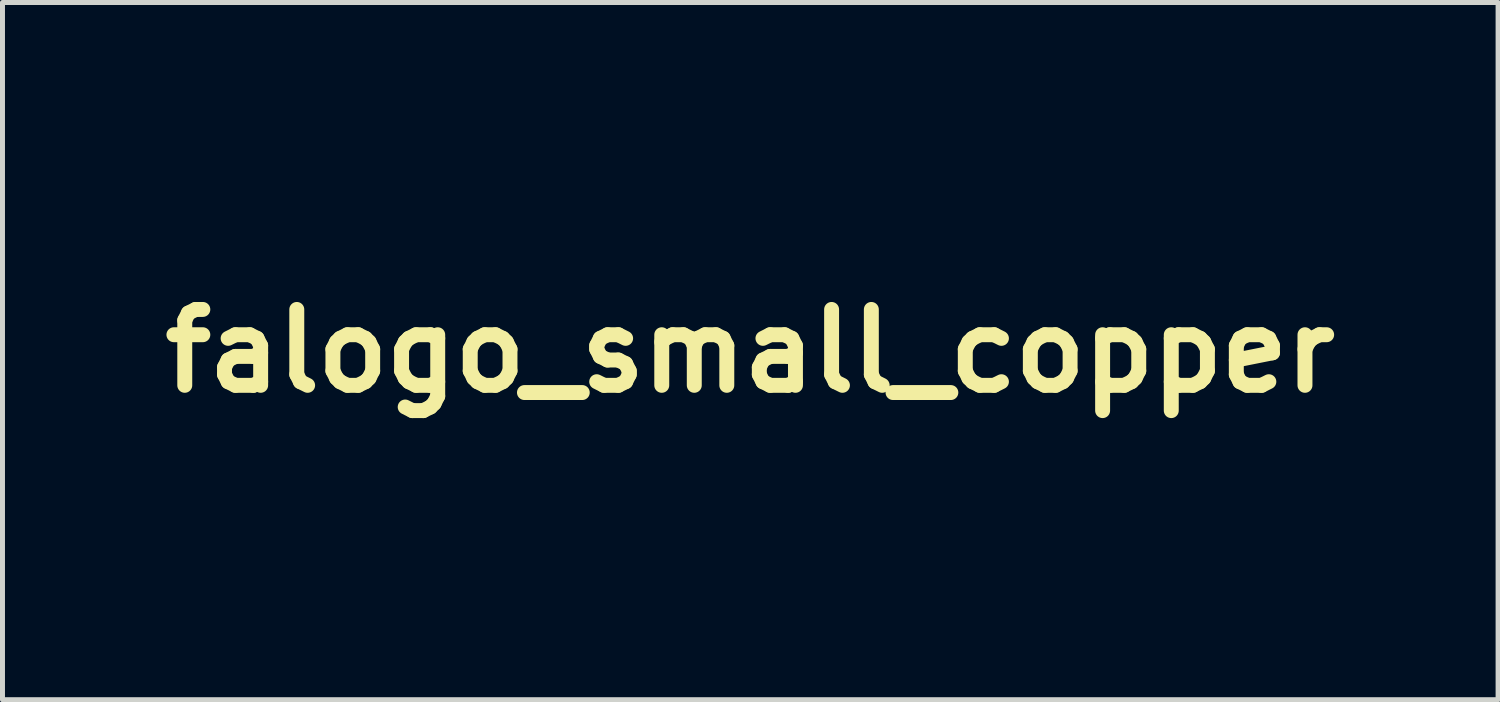
<source format=kicad_pcb>
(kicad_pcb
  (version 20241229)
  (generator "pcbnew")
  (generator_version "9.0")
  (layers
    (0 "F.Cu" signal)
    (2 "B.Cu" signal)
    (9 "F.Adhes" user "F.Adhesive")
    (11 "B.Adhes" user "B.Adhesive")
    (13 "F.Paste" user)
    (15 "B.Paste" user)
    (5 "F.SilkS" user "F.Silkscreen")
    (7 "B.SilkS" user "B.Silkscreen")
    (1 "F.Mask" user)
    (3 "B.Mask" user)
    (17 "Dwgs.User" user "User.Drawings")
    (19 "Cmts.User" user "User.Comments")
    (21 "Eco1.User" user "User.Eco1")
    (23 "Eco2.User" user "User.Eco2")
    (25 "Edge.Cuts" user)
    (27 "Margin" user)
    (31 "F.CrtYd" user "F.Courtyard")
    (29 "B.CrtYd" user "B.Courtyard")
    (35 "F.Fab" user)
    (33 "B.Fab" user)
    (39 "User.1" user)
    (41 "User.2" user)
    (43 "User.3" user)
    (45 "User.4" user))
  (footprint "falogo_small_copper"
    (layer "F.Cu")
    (at 12.018 3.999)
    (property "Reference" "falogo_small_copper" (at 0 0 0) (layer "F.SilkS") (effects (font (size 1.524 1.524) (thickness 0.3))))
    (attr through_hole)
    (fp_poly (pts (xy 0.222 -2.456) (xy 0.259 -2.439) (xy 0.292 -2.409) (xy 0.297 -2.402) (xy 0.302 -2.396) (xy 0.305 -2.388) (xy 0.308 -2.377) (xy 0.31 -2.362) (xy 0.312 -2.341) (xy 0.313 -2.312) (xy 0.313 -2.273) (xy 0.313 -2.222) (xy 0.314 -2.158) (xy 0.314 -2.129) (xy 0.314 -1.877) (xy 0.294 -1.85) (xy 0.271 -1.827) (xy 0.239 -1.808) (xy 0.206 -1.796) (xy 0.19 -1.794) (xy 0.171 -1.798) (xy 0.146 -1.807) (xy 0.135 -1.812) (xy 0.117 -1.821) (xy 0.103 -1.83) (xy 0.091 -1.84) (xy 0.083 -1.853) (xy 0.076 -1.87) (xy 0.072 -1.895) (xy 0.069 -1.927) (xy 0.067 -1.969) (xy 0.066 -2.023) (xy 0.065 -2.091) (xy 0.065 -2.121) (xy 0.063 -2.367) (xy 0.083 -2.401) (xy 0.11 -2.433) (xy 0.144 -2.454) (xy 0.182 -2.461) (xy 0.222 -2.456)) (stroke (width 0.01) (type solid)) (fill yes) (layer "F.Mask"))
    (fp_poly (pts (xy 1.522 -1.361) (xy 1.578 -1.361) (xy 1.621 -1.36) (xy 1.654 -1.359) (xy 1.678 -1.358) (xy 1.695 -1.356) (xy 1.708 -1.353) (xy 1.717 -1.349) (xy 1.72 -1.348) (xy 1.753 -1.321) (xy 1.775 -1.287) (xy 1.784 -1.249) (xy 1.782 -1.209) (xy 1.768 -1.172) (xy 1.742 -1.14) (xy 1.728 -1.128) (xy 1.696 -1.107) (xy 1.473 -1.106) (xy 1.414 -1.106) (xy 1.358 -1.106) (xy 1.309 -1.107) (xy 1.268 -1.108) (xy 1.239 -1.109) (xy 1.222 -1.11) (xy 1.222 -1.11) (xy 1.182 -1.126) (xy 1.15 -1.154) (xy 1.128 -1.19) (xy 1.119 -1.231) (xy 1.119 -1.236) (xy 1.126 -1.272) (xy 1.145 -1.308) (xy 1.171 -1.336) (xy 1.18 -1.342) (xy 1.189 -1.348) (xy 1.198 -1.352) (xy 1.208 -1.355) (xy 1.222 -1.358) (xy 1.242 -1.359) (xy 1.269 -1.36) (xy 1.305 -1.361) (xy 1.352 -1.361) (xy 1.413 -1.361) (xy 1.453 -1.361) (xy 1.522 -1.361)) (stroke (width 0.01) (type solid)) (fill yes) (layer "F.Mask"))
    (fp_poly (pts (xy 1.442 -0.237) (xy 1.47 -0.237) (xy 1.537 -0.236) (xy 1.591 -0.235) (xy 1.632 -0.234) (xy 1.663 -0.233) (xy 1.686 -0.231) (xy 1.702 -0.229) (xy 1.713 -0.226) (xy 1.721 -0.222) (xy 1.728 -0.218) (xy 1.761 -0.186) (xy 1.78 -0.151) (xy 1.784 -0.11) (xy 1.784 -0.105) (xy 1.775 -0.063) (xy 1.755 -0.03) (xy 1.727 -0.004) (xy 1.72 0.000164) (xy 1.712 0.004) (xy 1.701 0.007) (xy 1.685 0.009) (xy 1.663 0.01) (xy 1.632 0.012) (xy 1.591 0.012) (xy 1.537 0.013) (xy 1.47 0.014) (xy 1.462 0.014) (xy 1.389 0.014) (xy 1.33 0.014) (xy 1.284 0.014) (xy 1.249 0.012) (xy 1.223 0.011) (xy 1.206 0.008) (xy 1.195 0.005) (xy 1.194 0.005) (xy 1.16 -0.019) (xy 1.135 -0.052) (xy 1.122 -0.093) (xy 1.122 -0.136) (xy 1.123 -0.139) (xy 1.135 -0.171) (xy 1.159 -0.201) (xy 1.188 -0.223) (xy 1.205 -0.231) (xy 1.224 -0.233) (xy 1.257 -0.235) (xy 1.305 -0.237) (xy 1.367 -0.237) (xy 1.442 -0.237)) (stroke (width 0.01) (type solid)) (fill yes) (layer "F.Mask"))
    (fp_poly (pts (xy 1.522 -0.984) (xy 1.577 -0.984) (xy 1.62 -0.983) (xy 1.653 -0.982) (xy 1.677 -0.981) (xy 1.694 -0.979) (xy 1.707 -0.976) (xy 1.717 -0.972) (xy 1.723 -0.97) (xy 1.754 -0.945) (xy 1.774 -0.912) (xy 1.784 -0.874) (xy 1.782 -0.836) (xy 1.769 -0.799) (xy 1.745 -0.767) (xy 1.72 -0.748) (xy 1.711 -0.744) (xy 1.699 -0.741) (xy 1.682 -0.738) (xy 1.659 -0.736) (xy 1.628 -0.735) (xy 1.586 -0.734) (xy 1.532 -0.733) (xy 1.464 -0.732) (xy 1.393 -0.732) (xy 1.335 -0.732) (xy 1.29 -0.733) (xy 1.256 -0.734) (xy 1.231 -0.736) (xy 1.214 -0.739) (xy 1.204 -0.741) (xy 1.174 -0.755) (xy 1.154 -0.772) (xy 1.137 -0.797) (xy 1.134 -0.803) (xy 1.121 -0.843) (xy 1.123 -0.884) (xy 1.137 -0.921) (xy 1.147 -0.937) (xy 1.156 -0.951) (xy 1.167 -0.962) (xy 1.182 -0.97) (xy 1.202 -0.976) (xy 1.229 -0.98) (xy 1.265 -0.982) (xy 1.311 -0.984) (xy 1.37 -0.984) (xy 1.442 -0.984) (xy 1.453 -0.984) (xy 1.522 -0.984)) (stroke (width 0.01) (type solid)) (fill yes) (layer "F.Mask"))
    (fp_poly (pts (xy -0.557 0.446) (xy -0.516 0.455) (xy -0.482 0.475) (xy -0.457 0.503) (xy -0.452 0.51) (xy -0.449 0.518) (xy -0.446 0.529) (xy -0.443 0.545) (xy -0.442 0.568) (xy -0.441 0.6) (xy -0.44 0.641) (xy -0.439 0.695) (xy -0.438 0.763) (xy -0.438 0.767) (xy -0.438 0.84) (xy -0.438 0.9) (xy -0.438 0.948) (xy -0.44 0.985) (xy -0.443 1.013) (xy -0.448 1.034) (xy -0.455 1.05) (xy -0.464 1.063) (xy -0.476 1.074) (xy -0.49 1.085) (xy -0.522 1.102) (xy -0.561 1.109) (xy -0.599 1.106) (xy -0.615 1.1) (xy -0.649 1.077) (xy -0.675 1.044) (xy -0.682 1.029) (xy -0.685 1.014) (xy -0.687 0.984) (xy -0.689 0.94) (xy -0.69 0.884) (xy -0.69 0.816) (xy -0.691 0.771) (xy -0.691 0.703) (xy -0.69 0.65) (xy -0.69 0.608) (xy -0.689 0.577) (xy -0.688 0.554) (xy -0.686 0.538) (xy -0.683 0.527) (xy -0.679 0.518) (xy -0.674 0.51) (xy -0.673 0.507) (xy -0.642 0.472) (xy -0.608 0.452) (xy -0.567 0.446) (xy -0.557 0.446)) (stroke (width 0.01) (type solid)) (fill yes) (layer "F.Mask"))
    (fp_poly (pts (xy -1.383 -1.365) (xy -1.329 -1.365) (xy -1.287 -1.365) (xy -1.255 -1.364) (xy -1.231 -1.362) (xy -1.214 -1.36) (xy -1.203 -1.358) (xy -1.194 -1.354) (xy -1.186 -1.35) (xy -1.183 -1.347) (xy -1.149 -1.318) (xy -1.129 -1.284) (xy -1.122 -1.249) (xy -1.125 -1.205) (xy -1.143 -1.168) (xy -1.175 -1.138) (xy -1.19 -1.129) (xy -1.201 -1.124) (xy -1.212 -1.12) (xy -1.225 -1.117) (xy -1.242 -1.114) (xy -1.265 -1.113) (xy -1.296 -1.112) (xy -1.337 -1.111) (xy -1.391 -1.111) (xy -1.453 -1.111) (xy -1.519 -1.111) (xy -1.571 -1.112) (xy -1.611 -1.112) (xy -1.642 -1.113) (xy -1.664 -1.115) (xy -1.681 -1.117) (xy -1.694 -1.12) (xy -1.704 -1.124) (xy -1.714 -1.129) (xy -1.75 -1.153) (xy -1.772 -1.181) (xy -1.782 -1.219) (xy -1.784 -1.232) (xy -1.78 -1.276) (xy -1.763 -1.314) (xy -1.734 -1.343) (xy -1.723 -1.351) (xy -1.714 -1.355) (xy -1.703 -1.358) (xy -1.688 -1.361) (xy -1.669 -1.362) (xy -1.641 -1.364) (xy -1.605 -1.365) (xy -1.558 -1.365) (xy -1.498 -1.365) (xy -1.452 -1.365) (xy -1.383 -1.365)) (stroke (width 0.01) (type solid)) (fill yes) (layer "F.Mask"))
    (fp_poly (pts (xy -1.382 -0.615) (xy -1.326 -0.615) (xy -1.283 -0.614) (xy -1.249 -0.614) (xy -1.225 -0.612) (xy -1.208 -0.611) (xy -1.196 -0.608) (xy -1.187 -0.605) (xy -1.18 -0.601) (xy -1.178 -0.599) (xy -1.148 -0.571) (xy -1.13 -0.542) (xy -1.124 -0.506) (xy -1.123 -0.492) (xy -1.127 -0.453) (xy -1.141 -0.422) (xy -1.166 -0.394) (xy -1.178 -0.385) (xy -1.185 -0.381) (xy -1.193 -0.377) (xy -1.204 -0.374) (xy -1.22 -0.372) (xy -1.242 -0.371) (xy -1.273 -0.369) (xy -1.314 -0.369) (xy -1.367 -0.368) (xy -1.434 -0.368) (xy -1.443 -0.367) (xy -1.517 -0.367) (xy -1.58 -0.368) (xy -1.632 -0.369) (xy -1.672 -0.37) (xy -1.697 -0.372) (xy -1.707 -0.374) (xy -1.727 -0.385) (xy -1.745 -0.399) (xy -1.772 -0.434) (xy -1.785 -0.473) (xy -1.784 -0.513) (xy -1.77 -0.552) (xy -1.741 -0.587) (xy -1.728 -0.599) (xy -1.721 -0.603) (xy -1.713 -0.607) (xy -1.703 -0.61) (xy -1.688 -0.612) (xy -1.667 -0.613) (xy -1.637 -0.614) (xy -1.598 -0.615) (xy -1.548 -0.615) (xy -1.484 -0.615) (xy -1.453 -0.615) (xy -1.382 -0.615)) (stroke (width 0.01) (type solid)) (fill yes) (layer "F.Mask"))
    (fp_poly (pts (xy -0.145 0.453) (xy -0.108 0.476) (xy -0.084 0.503) (xy -0.079 0.509) (xy -0.076 0.517) (xy -0.073 0.528) (xy -0.071 0.543) (xy -0.069 0.564) (xy -0.068 0.593) (xy -0.068 0.632) (xy -0.068 0.683) (xy -0.067 0.747) (xy -0.067 0.778) (xy -0.068 0.848) (xy -0.068 0.904) (xy -0.068 0.948) (xy -0.069 0.981) (xy -0.07 1.005) (xy -0.072 1.023) (xy -0.075 1.035) (xy -0.078 1.043) (xy -0.082 1.05) (xy -0.084 1.053) (xy -0.102 1.073) (xy -0.121 1.09) (xy -0.148 1.102) (xy -0.182 1.108) (xy -0.217 1.107) (xy -0.242 1.101) (xy -0.271 1.081) (xy -0.296 1.053) (xy -0.311 1.023) (xy -0.314 1.014) (xy -0.315 0.999) (xy -0.316 0.971) (xy -0.316 0.932) (xy -0.317 0.884) (xy -0.316 0.829) (xy -0.316 0.769) (xy -0.316 0.757) (xy -0.315 0.69) (xy -0.314 0.637) (xy -0.313 0.596) (xy -0.312 0.566) (xy -0.31 0.543) (xy -0.308 0.528) (xy -0.305 0.517) (xy -0.301 0.509) (xy -0.297 0.503) (xy -0.264 0.469) (xy -0.226 0.45) (xy -0.185 0.444) (xy -0.145 0.453)) (stroke (width 0.01) (type solid)) (fill yes) (layer "F.Mask"))
    (fp_poly (pts (xy 0.594 0.451) (xy 0.632 0.467) (xy 0.661 0.496) (xy 0.668 0.508) (xy 0.672 0.517) (xy 0.675 0.528) (xy 0.678 0.542) (xy 0.68 0.562) (xy 0.681 0.589) (xy 0.682 0.625) (xy 0.682 0.673) (xy 0.683 0.733) (xy 0.683 0.779) (xy 0.683 0.847) (xy 0.682 0.902) (xy 0.682 0.944) (xy 0.681 0.976) (xy 0.68 0.999) (xy 0.678 1.016) (xy 0.675 1.028) (xy 0.672 1.037) (xy 0.667 1.045) (xy 0.665 1.048) (xy 0.633 1.083) (xy 0.596 1.104) (xy 0.556 1.11) (xy 0.514 1.1) (xy 0.5 1.094) (xy 0.482 1.084) (xy 0.468 1.074) (xy 0.456 1.063) (xy 0.448 1.048) (xy 0.441 1.027) (xy 0.437 0.999) (xy 0.434 0.963) (xy 0.432 0.916) (xy 0.431 0.856) (xy 0.43 0.786) (xy 0.43 0.719) (xy 0.429 0.665) (xy 0.429 0.624) (xy 0.43 0.593) (xy 0.431 0.57) (xy 0.433 0.553) (xy 0.436 0.54) (xy 0.44 0.529) (xy 0.445 0.519) (xy 0.446 0.516) (xy 0.47 0.481) (xy 0.498 0.459) (xy 0.535 0.448) (xy 0.549 0.447) (xy 0.594 0.451)) (stroke (width 0.01) (type solid)) (fill yes) (layer "F.Mask"))
    (fp_poly (pts (xy -0.149 -2.456) (xy -0.113 -2.44) (xy -0.081 -2.409) (xy -0.076 -2.403) (xy -0.071 -2.395) (xy -0.068 -2.387) (xy -0.065 -2.376) (xy -0.063 -2.36) (xy -0.061 -2.338) (xy -0.06 -2.307) (xy -0.059 -2.266) (xy -0.058 -2.212) (xy -0.057 -2.145) (xy -0.057 -2.141) (xy -0.057 -2.073) (xy -0.056 -2.019) (xy -0.056 -1.976) (xy -0.057 -1.945) (xy -0.058 -1.921) (xy -0.06 -1.903) (xy -0.063 -1.89) (xy -0.066 -1.879) (xy -0.071 -1.869) (xy -0.073 -1.865) (xy -0.099 -1.83) (xy -0.134 -1.807) (xy -0.175 -1.796) (xy -0.219 -1.8) (xy -0.225 -1.802) (xy -0.248 -1.813) (xy -0.268 -1.827) (xy -0.279 -1.838) (xy -0.288 -1.849) (xy -0.295 -1.862) (xy -0.301 -1.877) (xy -0.304 -1.899) (xy -0.307 -1.927) (xy -0.308 -1.964) (xy -0.309 -2.012) (xy -0.31 -2.073) (xy -0.31 -2.128) (xy -0.309 -2.198) (xy -0.309 -2.253) (xy -0.308 -2.297) (xy -0.307 -2.33) (xy -0.305 -2.355) (xy -0.303 -2.372) (xy -0.3 -2.385) (xy -0.297 -2.394) (xy -0.273 -2.427) (xy -0.239 -2.449) (xy -0.194 -2.459) (xy -0.191 -2.459) (xy -0.149 -2.456)) (stroke (width 0.01) (type solid)) (fill yes) (layer "F.Mask"))
    (fp_poly (pts (xy -1.384 -0.992) (xy -1.329 -0.992) (xy -1.287 -0.992) (xy -1.255 -0.991) (xy -1.231 -0.989) (xy -1.215 -0.987) (xy -1.203 -0.985) (xy -1.194 -0.981) (xy -1.186 -0.977) (xy -1.183 -0.974) (xy -1.15 -0.948) (xy -1.132 -0.919) (xy -1.124 -0.883) (xy -1.123 -0.866) (xy -1.125 -0.836) (xy -1.131 -0.814) (xy -1.144 -0.793) (xy -1.145 -0.792) (xy -1.156 -0.778) (xy -1.168 -0.766) (xy -1.181 -0.757) (xy -1.198 -0.75) (xy -1.22 -0.745) (xy -1.249 -0.742) (xy -1.287 -0.74) (xy -1.336 -0.739) (xy -1.398 -0.738) (xy -1.454 -0.738) (xy -1.527 -0.739) (xy -1.585 -0.739) (xy -1.631 -0.741) (xy -1.665 -0.742) (xy -1.689 -0.745) (xy -1.705 -0.747) (xy -1.711 -0.749) (xy -1.745 -0.772) (xy -1.769 -0.804) (xy -1.783 -0.841) (xy -1.785 -0.88) (xy -1.775 -0.918) (xy -1.768 -0.929) (xy -1.748 -0.952) (xy -1.725 -0.973) (xy -1.723 -0.974) (xy -1.715 -0.979) (xy -1.707 -0.983) (xy -1.696 -0.986) (xy -1.682 -0.989) (xy -1.662 -0.99) (xy -1.634 -0.991) (xy -1.597 -0.992) (xy -1.548 -0.992) (xy -1.486 -0.992) (xy -1.453 -0.992) (xy -1.384 -0.992)) (stroke (width 0.01) (type solid)) (fill yes) (layer "F.Mask"))
    (fp_poly (pts (xy -1.334 -0.245) (xy -1.285 -0.244) (xy -1.247 -0.242) (xy -1.218 -0.238) (xy -1.196 -0.232) (xy -1.178 -0.225) (xy -1.165 -0.215) (xy -1.153 -0.202) (xy -1.145 -0.192) (xy -1.131 -0.171) (xy -1.125 -0.15) (xy -1.123 -0.12) (xy -1.123 -0.118) (xy -1.127 -0.079) (xy -1.142 -0.048) (xy -1.168 -0.02) (xy -1.183 -0.01) (xy -1.19 -0.005) (xy -1.199 -0.001) (xy -1.209 0.002) (xy -1.224 0.004) (xy -1.244 0.006) (xy -1.272 0.007) (xy -1.31 0.008) (xy -1.359 0.008) (xy -1.421 0.008) (xy -1.452 0.008) (xy -1.52 0.008) (xy -1.575 0.007) (xy -1.618 0.007) (xy -1.65 0.006) (xy -1.674 0.005) (xy -1.691 0.003) (xy -1.704 -0.000246) (xy -1.713 -0.004) (xy -1.722 -0.008) (xy -1.724 -0.009) (xy -1.756 -0.036) (xy -1.777 -0.071) (xy -1.785 -0.109) (xy -1.781 -0.149) (xy -1.764 -0.187) (xy -1.735 -0.22) (xy -1.727 -0.226) (xy -1.72 -0.23) (xy -1.712 -0.234) (xy -1.701 -0.237) (xy -1.684 -0.239) (xy -1.661 -0.241) (xy -1.629 -0.242) (xy -1.587 -0.243) (xy -1.533 -0.244) (xy -1.47 -0.244) (xy -1.395 -0.245) (xy -1.334 -0.245)) (stroke (width 0.01) (type solid)) (fill yes) (layer "F.Mask"))
    (fp_poly (pts (xy 0.217 0.45) (xy 0.255 0.467) (xy 0.286 0.497) (xy 0.293 0.508) (xy 0.298 0.517) (xy 0.301 0.527) (xy 0.304 0.539) (xy 0.306 0.556) (xy 0.308 0.579) (xy 0.309 0.61) (xy 0.309 0.651) (xy 0.31 0.704) (xy 0.31 0.771) (xy 0.31 0.78) (xy 0.31 0.848) (xy 0.309 0.902) (xy 0.309 0.945) (xy 0.308 0.976) (xy 0.307 1) (xy 0.305 1.016) (xy 0.302 1.028) (xy 0.298 1.037) (xy 0.294 1.045) (xy 0.292 1.048) (xy 0.274 1.07) (xy 0.255 1.088) (xy 0.253 1.09) (xy 0.224 1.103) (xy 0.189 1.109) (xy 0.154 1.107) (xy 0.131 1.099) (xy 0.101 1.08) (xy 0.082 1.058) (xy 0.067 1.029) (xy 0.064 1.017) (xy 0.061 1.002) (xy 0.059 0.982) (xy 0.057 0.956) (xy 0.057 0.92) (xy 0.056 0.874) (xy 0.057 0.816) (xy 0.057 0.76) (xy 0.058 0.693) (xy 0.059 0.639) (xy 0.06 0.598) (xy 0.061 0.567) (xy 0.063 0.544) (xy 0.065 0.529) (xy 0.068 0.518) (xy 0.072 0.509) (xy 0.076 0.503) (xy 0.107 0.471) (xy 0.143 0.452) (xy 0.173 0.446) (xy 0.217 0.45)) (stroke (width 0.01) (type solid)) (fill yes) (layer "F.Mask"))
    (fp_poly (pts (xy 1.519 -0.611) (xy 1.574 -0.611) (xy 1.616 -0.61) (xy 1.648 -0.61) (xy 1.672 -0.608) (xy 1.69 -0.606) (xy 1.702 -0.603) (xy 1.712 -0.6) (xy 1.721 -0.595) (xy 1.722 -0.594) (xy 1.756 -0.567) (xy 1.777 -0.531) (xy 1.785 -0.489) (xy 1.784 -0.475) (xy 1.775 -0.434) (xy 1.755 -0.403) (xy 1.721 -0.379) (xy 1.714 -0.375) (xy 1.704 -0.37) (xy 1.693 -0.366) (xy 1.68 -0.363) (xy 1.663 -0.36) (xy 1.64 -0.359) (xy 1.609 -0.358) (xy 1.568 -0.358) (xy 1.515 -0.357) (xy 1.453 -0.357) (xy 1.386 -0.357) (xy 1.333 -0.358) (xy 1.292 -0.359) (xy 1.26 -0.36) (xy 1.237 -0.362) (xy 1.22 -0.364) (xy 1.207 -0.367) (xy 1.196 -0.371) (xy 1.194 -0.372) (xy 1.157 -0.396) (xy 1.134 -0.428) (xy 1.124 -0.469) (xy 1.123 -0.486) (xy 1.127 -0.525) (xy 1.142 -0.556) (xy 1.169 -0.583) (xy 1.183 -0.593) (xy 1.19 -0.598) (xy 1.199 -0.602) (xy 1.209 -0.605) (xy 1.224 -0.608) (xy 1.244 -0.609) (xy 1.272 -0.61) (xy 1.31 -0.611) (xy 1.36 -0.611) (xy 1.422 -0.611) (xy 1.451 -0.611) (xy 1.519 -0.611)) (stroke (width 0.01) (type solid)) (fill yes) (layer "F.Mask"))
    (fp_poly (pts (xy -0.513 -2.453) (xy -0.478 -2.432) (xy -0.45 -2.396) (xy -0.446 -2.389) (xy -0.441 -2.378) (xy -0.437 -2.368) (xy -0.434 -2.356) (xy -0.432 -2.34) (xy -0.43 -2.319) (xy -0.43 -2.29) (xy -0.429 -2.251) (xy -0.43 -2.201) (xy -0.43 -2.137) (xy -0.43 -2.119) (xy -0.431 -2.052) (xy -0.432 -1.999) (xy -0.433 -1.958) (xy -0.434 -1.927) (xy -0.436 -1.904) (xy -0.438 -1.888) (xy -0.441 -1.876) (xy -0.445 -1.866) (xy -0.45 -1.857) (xy -0.451 -1.856) (xy -0.472 -1.832) (xy -0.502 -1.811) (xy -0.533 -1.798) (xy -0.556 -1.795) (xy -0.579 -1.797) (xy -0.598 -1.802) (xy -0.621 -1.813) (xy -0.641 -1.827) (xy -0.652 -1.838) (xy -0.661 -1.849) (xy -0.668 -1.861) (xy -0.674 -1.877) (xy -0.677 -1.898) (xy -0.68 -1.926) (xy -0.681 -1.962) (xy -0.682 -2.01) (xy -0.683 -2.069) (xy -0.683 -2.134) (xy -0.683 -2.202) (xy -0.682 -2.257) (xy -0.682 -2.3) (xy -0.681 -2.332) (xy -0.68 -2.356) (xy -0.678 -2.373) (xy -0.675 -2.385) (xy -0.672 -2.394) (xy -0.667 -2.401) (xy -0.665 -2.405) (xy -0.635 -2.436) (xy -0.595 -2.455) (xy -0.555 -2.461) (xy -0.513 -2.453)) (stroke (width 0.01) (type solid)) (fill yes) (layer "F.Mask"))
    (fp_poly (pts (xy 0.604 -2.456) (xy 0.639 -2.438) (xy 0.668 -2.408) (xy 0.673 -2.4) (xy 0.678 -2.391) (xy 0.682 -2.382) (xy 0.685 -2.371) (xy 0.687 -2.356) (xy 0.688 -2.336) (xy 0.689 -2.308) (xy 0.689 -2.271) (xy 0.689 -2.222) (xy 0.689 -2.161) (xy 0.689 -2.122) (xy 0.688 -2.052) (xy 0.687 -1.997) (xy 0.687 -1.954) (xy 0.685 -1.922) (xy 0.684 -1.898) (xy 0.682 -1.881) (xy 0.679 -1.869) (xy 0.676 -1.86) (xy 0.671 -1.853) (xy 0.67 -1.852) (xy 0.65 -1.832) (xy 0.621 -1.813) (xy 0.591 -1.8) (xy 0.564 -1.794) (xy 0.564 -1.794) (xy 0.544 -1.797) (xy 0.519 -1.806) (xy 0.508 -1.812) (xy 0.478 -1.832) (xy 0.456 -1.861) (xy 0.454 -1.865) (xy 0.449 -1.876) (xy 0.445 -1.886) (xy 0.442 -1.898) (xy 0.44 -1.914) (xy 0.438 -1.935) (xy 0.438 -1.964) (xy 0.437 -2.002) (xy 0.438 -2.052) (xy 0.438 -2.115) (xy 0.438 -2.141) (xy 0.439 -2.209) (xy 0.44 -2.263) (xy 0.441 -2.305) (xy 0.442 -2.336) (xy 0.443 -2.359) (xy 0.446 -2.375) (xy 0.448 -2.387) (xy 0.452 -2.395) (xy 0.457 -2.402) (xy 0.457 -2.403) (xy 0.489 -2.434) (xy 0.526 -2.454) (xy 0.565 -2.461) (xy 0.604 -2.456)) (stroke (width 0.01) (type solid)) (fill yes) (layer "F.Mask"))
    (fp_poly (pts (xy 0.098 -1.671) (xy 0.198 -1.671) (xy 0.283 -1.671) (xy 0.356 -1.671) (xy 0.418 -1.67) (xy 0.47 -1.67) (xy 0.512 -1.669) (xy 0.547 -1.668) (xy 0.575 -1.667) (xy 0.597 -1.666) (xy 0.614 -1.664) (xy 0.628 -1.662) (xy 0.639 -1.66) (xy 0.65 -1.657) (xy 0.66 -1.654) (xy 0.663 -1.653) (xy 0.741 -1.621) (xy 0.81 -1.576) (xy 0.869 -1.52) (xy 0.917 -1.454) (xy 0.952 -1.38) (xy 0.965 -1.341) (xy 0.967 -1.331) (xy 0.969 -1.316) (xy 0.97 -1.297) (xy 0.972 -1.271) (xy 0.973 -1.239) (xy 0.974 -1.198) (xy 0.975 -1.148) (xy 0.975 -1.087) (xy 0.976 -1.016) (xy 0.976 -0.931) (xy 0.976 -0.834) (xy 0.976 -0.722) (xy 0.976 -0.685) (xy 0.976 -0.55) (xy 0.976 -0.43) (xy 0.975 -0.327) (xy 0.974 -0.239) (xy 0.973 -0.166) (xy 0.972 -0.108) (xy 0.971 -0.066) (xy 0.969 -0.039) (xy 0.968 -0.03) (xy 0.945 0.043) (xy 0.908 0.111) (xy 0.859 0.173) (xy 0.799 0.226) (xy 0.73 0.269) (xy 0.659 0.299) (xy 0.65 0.301) (xy 0.639 0.304) (xy 0.626 0.306) (xy 0.609 0.307) (xy 0.588 0.309) (xy 0.56 0.31) (xy 0.525 0.311) (xy 0.482 0.312) (xy 0.43 0.312) (xy 0.367 0.313) (xy 0.293 0.313) (xy 0.206 0.314) (xy 0.104 0.314) (xy 0.024 0.314) (xy -0.073 0.314) (xy -0.166 0.314) (xy -0.254 0.314) (xy -0.336 0.314) (xy -0.41 0.314) (xy -0.475 0.313) (xy -0.529 0.312) (xy -0.572 0.312) (xy -0.601 0.311) (xy -0.615 0.31) (xy -0.696 0.293) (xy -0.77 0.262) (xy -0.837 0.218) (xy -0.895 0.164) (xy -0.942 0.1) (xy -0.977 0.027) (xy -0.996 -0.039) (xy -0.999 -0.051) (xy -1.001 -0.067) (xy -1.002 -0.087) (xy -1.004 -0.111) (xy -1.005 -0.142) (xy -1.006 -0.18) (xy -1.006 -0.227) (xy -1.007 -0.283) (xy -1.007 -0.35) (xy -1.007 -0.428) (xy -1.007 -0.519) (xy -1.007 -0.625) (xy -1.006 -0.705) (xy -1.006 -0.818) (xy -1.005 -0.916) (xy -1.005 -0.99) (xy -0.809 -0.99) (xy -0.809 -0.909) (xy -0.791 -0.968) (xy -0.778 -1.006) (xy -0.76 -1.049) (xy -0.742 -1.087) (xy -0.742 -1.087) (xy -0.714 -1.132) (xy -0.68 -1.176) (xy -0.636 -1.219) (xy -0.583 -1.264) (xy -0.518 -1.31) (xy -0.441 -1.359) (xy -0.369 -1.402) (xy -0.274 -1.457) (xy -0.342 -1.459) (xy -0.413 -1.458) (xy -0.477 -1.447) (xy -0.54 -1.426) (xy -0.564 -1.415) (xy -0.625 -1.378) (xy -0.682 -1.329) (xy -0.73 -1.272) (xy -0.764 -1.214) (xy -0.784 -1.167) (xy -0.798 -1.122) (xy -0.806 -1.075) (xy -0.809 -1.021) (xy -0.809 -0.99) (xy -1.005 -0.99) (xy -1.005 -1) (xy -1.005 -1.072) (xy -1.004 -1.132) (xy -1.003 -1.183) (xy -1.003 -1.224) (xy -1.002 -1.257) (xy -1 -1.284) (xy -0.999 -1.305) (xy -0.997 -1.321) (xy -0.995 -1.335) (xy -0.993 -1.345) (xy -0.99 -1.355) (xy -0.987 -1.365) (xy -0.986 -1.366) (xy -0.952 -1.442) (xy -0.906 -1.509) (xy -0.848 -1.568) (xy -0.78 -1.615) (xy -0.704 -1.649) (xy -0.697 -1.652) (xy -0.639 -1.671) (xy -0.016 -1.671) (xy 0.098 -1.671)) (stroke (width 0.01) (type solid)) (fill yes) (layer "F.Mask"))
    (fp_poly (pts (xy -0.252 -3.994) (xy -0.245 -3.992) (xy -0.244 -3.992) (xy -0.236 -3.988) (xy -0.228 -3.981) (xy -0.219 -3.972) (xy -0.208 -3.957) (xy -0.195 -3.935) (xy -0.177 -3.906) (xy -0.155 -3.868) (xy -0.128 -3.819) (xy -0.095 -3.759) (xy -0.071 -3.716) (xy 0.012 -3.564) (xy 0.071 -3.564) (xy 0.108 -3.563) (xy 0.155 -3.561) (xy 0.208 -3.557) (xy 0.261 -3.553) (xy 0.309 -3.548) (xy 0.346 -3.544) (xy 0.379 -3.54) (xy 0.513 -3.716) (xy 0.548 -3.763) (xy 0.582 -3.807) (xy 0.612 -3.846) (xy 0.637 -3.877) (xy 0.655 -3.899) (xy 0.665 -3.911) (xy 0.666 -3.911) (xy 0.686 -3.924) (xy 0.707 -3.929) (xy 0.719 -3.926) (xy 0.745 -3.919) (xy 0.784 -3.907) (xy 0.834 -3.891) (xy 0.895 -3.871) (xy 0.965 -3.848) (xy 1.043 -3.822) (xy 1.129 -3.793) (xy 1.22 -3.762) (xy 1.316 -3.728) (xy 1.383 -3.705) (xy 1.404 -3.698) (xy 1.421 -3.691) (xy 1.434 -3.682) (xy 1.444 -3.671) (xy 1.452 -3.654) (xy 1.456 -3.631) (xy 1.459 -3.599) (xy 1.46 -3.558) (xy 1.46 -3.504) (xy 1.46 -3.437) (xy 1.46 -3.411) (xy 1.458 -3.174) (xy 1.503 -3.147) (xy 1.552 -3.116) (xy 1.605 -3.081) (xy 1.658 -3.045) (xy 1.705 -3.011) (xy 1.717 -3.002) (xy 1.763 -2.967) (xy 1.959 -3.05) (xy 2.026 -3.079) (xy 2.081 -3.101) (xy 2.124 -3.119) (xy 2.157 -3.132) (xy 2.183 -3.14) (xy 2.201 -3.145) (xy 2.215 -3.147) (xy 2.226 -3.146) (xy 2.23 -3.146) (xy 2.238 -3.139) (xy 2.255 -3.122) (xy 2.281 -3.095) (xy 2.313 -3.06) (xy 2.351 -3.018) (xy 2.394 -2.97) (xy 2.44 -2.918) (xy 2.489 -2.863) (xy 2.54 -2.805) (xy 2.591 -2.747) (xy 2.641 -2.69) (xy 2.689 -2.634) (xy 2.734 -2.582) (xy 2.737 -2.577) (xy 2.745 -2.567) (xy 2.749 -2.554) (xy 2.749 -2.539) (xy 2.744 -2.52) (xy 2.733 -2.495) (xy 2.717 -2.462) (xy 2.693 -2.42) (xy 2.663 -2.368) (xy 2.629 -2.311) (xy 2.51 -2.113) (xy 2.544 -2.051) (xy 2.562 -2.019) (xy 2.582 -1.977) (xy 2.604 -1.932) (xy 2.624 -1.889) (xy 2.641 -1.853) (xy 2.656 -1.821) (xy 2.667 -1.798) (xy 2.673 -1.786) (xy 2.674 -1.784) (xy 2.683 -1.782) (xy 2.705 -1.778) (xy 2.74 -1.773) (xy 2.784 -1.767) (xy 2.835 -1.76) (xy 2.893 -1.752) (xy 2.905 -1.751) (xy 2.975 -1.742) (xy 3.031 -1.734) (xy 3.075 -1.728) (xy 3.108 -1.721) (xy 3.132 -1.715) (xy 3.15 -1.708) (xy 3.162 -1.701) (xy 3.17 -1.692) (xy 3.176 -1.682) (xy 3.179 -1.672) (xy 3.185 -1.648) (xy 3.192 -1.612) (xy 3.202 -1.565) (xy 3.214 -1.509) (xy 3.227 -1.445) (xy 3.241 -1.375) (xy 3.254 -1.307) (xy 3.272 -1.213) (xy 3.287 -1.134) (xy 3.299 -1.069) (xy 3.308 -1.017) (xy 3.314 -0.978) (xy 3.318 -0.949) (xy 3.319 -0.932) (xy 3.318 -0.925) (xy 3.313 -0.915) (xy 3.304 -0.904) (xy 3.29 -0.892) (xy 3.269 -0.877) (xy 3.24 -0.859) (xy 3.201 -0.836) (xy 3.151 -0.808) (xy 3.108 -0.784) (xy 3.051 -0.753) (xy 2.991 -0.723) (xy 2.927 -0.692) (xy 2.855 -0.659) (xy 2.772 -0.623) (xy 2.69 -0.588) (xy 2.628 -0.563) (xy 2.571 -0.539) (xy 2.519 -0.518) (xy 2.475 -0.501) (xy 2.441 -0.488) (xy 2.418 -0.48) (xy 2.408 -0.477) (xy 2.397 -0.481) (xy 2.375 -0.492) (xy 2.343 -0.509) (xy 2.303 -0.531) (xy 2.256 -0.557) (xy 2.205 -0.586) (xy 2.194 -0.593) (xy 1.995 -0.709) (xy 1.986 -0.821) (xy 1.963 -1.001) (xy 1.926 -1.175) (xy 1.875 -1.344) (xy 1.808 -1.507) (xy 1.727 -1.663) (xy 1.632 -1.813) (xy 1.534 -1.941) (xy 1.416 -2.073) (xy 1.287 -2.193) (xy 1.149 -2.3) (xy 1.003 -2.395) (xy 0.849 -2.476) (xy 0.687 -2.544) (xy 0.52 -2.598) (xy 0.347 -2.637) (xy 0.187 -2.66) (xy 0.132 -2.663) (xy 0.065 -2.665) (xy -0.008 -2.665) (xy -0.083 -2.664) (xy -0.156 -2.66) (xy -0.223 -2.655) (xy -0.279 -2.649) (xy -0.29 -2.647) (xy -0.365 -2.634) (xy -0.444 -2.617) (xy -0.522 -2.597) (xy -0.591 -2.577) (xy -0.611 -2.571) (xy -0.641 -2.561) (xy -0.664 -2.553) (xy -0.678 -2.548) (xy -0.68 -2.548) (xy -0.681 -2.556) (xy -0.681 -2.577) (xy -0.682 -2.61) (xy -0.682 -2.653) (xy -0.683 -2.704) (xy -0.683 -2.761) (xy -0.683 -2.769) (xy -0.683 -2.834) (xy -0.683 -2.885) (xy -0.683 -2.925) (xy -0.684 -2.954) (xy -0.686 -2.976) (xy -0.688 -2.992) (xy -0.692 -3.005) (xy -0.696 -3.015) (xy -0.701 -3.025) (xy -0.709 -3.037) (xy -0.72 -3.051) (xy -0.737 -3.067) (xy -0.76 -3.088) (xy -0.792 -3.114) (xy -0.833 -3.146) (xy -0.885 -3.186) (xy -0.907 -3.203) (xy -0.954 -3.239) (xy -0.998 -3.272) (xy -1.035 -3.301) (xy -1.065 -3.324) (xy -1.087 -3.341) (xy -1.098 -3.349) (xy -1.099 -3.35) (xy -1.099 -3.359) (xy -1.097 -3.381) (xy -1.094 -3.414) (xy -1.089 -3.455) (xy -1.084 -3.503) (xy -1.078 -3.554) (xy -1.071 -3.607) (xy -1.064 -3.658) (xy -1.058 -3.706) (xy -1.052 -3.747) (xy -1.047 -3.781) (xy -1.043 -3.803) (xy -1.041 -3.812) (xy -1.037 -3.821) (xy -1.031 -3.829) (xy -1.024 -3.836) (xy -1.012 -3.843) (xy -0.995 -3.85) (xy -0.972 -3.858) (xy -0.941 -3.866) (xy -0.901 -3.875) (xy -0.85 -3.886) (xy -0.788 -3.899) (xy -0.712 -3.914) (xy -0.635 -3.929) (xy -0.548 -3.946) (xy -0.476 -3.96) (xy -0.416 -3.971) (xy -0.368 -3.98) (xy -0.33 -3.986) (xy -0.3 -3.991) (xy -0.278 -3.993) (xy -0.263 -3.994) (xy -0.252 -3.994)) (stroke (width 0.01) (type solid)) (fill yes) (layer "F.Mask"))
    (fp_poly (pts (xy -1.85 -3.425) (xy -1.836 -3.42) (xy -1.812 -3.407) (xy -1.778 -3.389) (xy -1.737 -3.366) (xy -1.692 -3.34) (xy -1.665 -3.324) (xy -1.609 -3.29) (xy -1.555 -3.255) (xy -1.501 -3.219) (xy -1.443 -3.178) (xy -1.379 -3.131) (xy -1.307 -3.077) (xy -1.275 -3.052) (xy -1.222 -3.012) (xy -1.173 -2.974) (xy -1.129 -2.941) (xy -1.092 -2.912) (xy -1.062 -2.89) (xy -1.043 -2.875) (xy -1.035 -2.869) (xy -1.032 -2.863) (xy -1.029 -2.852) (xy -1.027 -2.833) (xy -1.026 -2.806) (xy -1.025 -2.768) (xy -1.024 -2.717) (xy -1.024 -2.653) (xy -1.024 -2.622) (xy -1.024 -2.384) (xy -1.113 -2.324) (xy -1.254 -2.219) (xy -1.384 -2.104) (xy -1.503 -1.978) (xy -1.61 -1.844) (xy -1.705 -1.702) (xy -1.787 -1.552) (xy -1.856 -1.396) (xy -1.911 -1.235) (xy -1.953 -1.069) (xy -1.979 -0.9) (xy -1.991 -0.728) (xy -1.99 -0.619) (xy -1.984 -0.511) (xy -1.974 -0.413) (xy -1.958 -0.317) (xy -1.937 -0.219) (xy -1.929 -0.187) (xy -1.878 -0.018) (xy -1.815 0.143) (xy -1.737 0.296) (xy -1.646 0.441) (xy -1.541 0.581) (xy -1.421 0.714) (xy -1.388 0.747) (xy -1.349 0.786) (xy -1.322 0.815) (xy -1.304 0.835) (xy -1.296 0.848) (xy -1.296 0.855) (xy -1.296 0.855) (xy -1.305 0.861) (xy -1.327 0.874) (xy -1.357 0.892) (xy -1.396 0.915) (xy -1.44 0.94) (xy -1.468 0.957) (xy -1.53 0.992) (xy -1.578 1.021) (xy -1.616 1.046) (xy -1.644 1.066) (xy -1.665 1.084) (xy -1.68 1.1) (xy -1.691 1.116) (xy -1.695 1.126) (xy -1.699 1.141) (xy -1.705 1.169) (xy -1.711 1.208) (xy -1.718 1.256) (xy -1.726 1.311) (xy -1.734 1.371) (xy -1.735 1.38) (xy -1.743 1.439) (xy -1.751 1.492) (xy -1.758 1.539) (xy -1.764 1.576) (xy -1.769 1.602) (xy -1.773 1.615) (xy -1.773 1.616) (xy -1.784 1.623) (xy -1.808 1.634) (xy -1.841 1.65) (xy -1.883 1.667) (xy -1.929 1.687) (xy -1.979 1.707) (xy -2.029 1.728) (xy -2.077 1.747) (xy -2.121 1.764) (xy -2.158 1.777) (xy -2.186 1.787) (xy -2.203 1.792) (xy -2.204 1.792) (xy -2.228 1.793) (xy -2.245 1.787) (xy -2.256 1.777) (xy -2.27 1.762) (xy -2.292 1.737) (xy -2.322 1.704) (xy -2.356 1.665) (xy -2.395 1.62) (xy -2.437 1.572) (xy -2.481 1.521) (xy -2.525 1.47) (xy -2.569 1.419) (xy -2.611 1.37) (xy -2.649 1.325) (xy -2.683 1.285) (xy -2.711 1.252) (xy -2.732 1.226) (xy -2.745 1.21) (xy -2.748 1.205) (xy -2.75 1.195) (xy -2.749 1.182) (xy -2.744 1.165) (xy -2.734 1.142) (xy -2.719 1.112) (xy -2.697 1.074) (xy -2.669 1.025) (xy -2.633 0.965) (xy -2.622 0.946) (xy -2.51 0.761) (xy -2.552 0.684) (xy -2.573 0.643) (xy -2.598 0.594) (xy -2.621 0.546) (xy -2.632 0.521) (xy -2.653 0.478) (xy -2.67 0.447) (xy -2.683 0.431) (xy -2.687 0.429) (xy -2.699 0.426) (xy -2.724 0.422) (xy -2.761 0.417) (xy -2.807 0.411) (xy -2.859 0.404) (xy -2.913 0.397) (xy -2.983 0.388) (xy -3.039 0.381) (xy -3.083 0.374) (xy -3.116 0.367) (xy -3.14 0.36) (xy -3.156 0.353) (xy -3.167 0.345) (xy -3.174 0.335) (xy -3.177 0.325) (xy -3.183 0.3) (xy -3.191 0.264) (xy -3.201 0.216) (xy -3.212 0.159) (xy -3.226 0.095) (xy -3.24 0.024) (xy -3.254 -0.046) (xy -3.27 -0.132) (xy -3.284 -0.204) (xy -3.295 -0.262) (xy -3.304 -0.31) (xy -3.311 -0.347) (xy -3.315 -0.376) (xy -3.318 -0.397) (xy -3.319 -0.412) (xy -3.318 -0.423) (xy -3.316 -0.431) (xy -3.315 -0.435) (xy -3.31 -0.442) (xy -3.304 -0.449) (xy -3.294 -0.457) (xy -3.279 -0.468) (xy -3.258 -0.481) (xy -3.229 -0.498) (xy -3.192 -0.52) (xy -3.144 -0.547) (xy -3.086 -0.58) (xy -3.014 -0.619) (xy -3.012 -0.621) (xy -2.893 -0.687) (xy -2.884 -0.83) (xy -2.88 -0.879) (xy -2.877 -0.926) (xy -2.875 -0.968) (xy -2.873 -1) (xy -2.872 -1.016) (xy -2.869 -1.06) (xy -3.04 -1.188) (xy -3.099 -1.233) (xy -3.147 -1.27) (xy -3.184 -1.299) (xy -3.212 -1.323) (xy -3.231 -1.342) (xy -3.244 -1.357) (xy -3.251 -1.369) (xy -3.254 -1.38) (xy -3.254 -1.384) (xy -3.252 -1.395) (xy -3.245 -1.419) (xy -3.233 -1.456) (xy -3.218 -1.502) (xy -3.2 -1.558) (xy -3.179 -1.62) (xy -3.157 -1.688) (xy -3.135 -1.751) (xy -3.106 -1.837) (xy -3.081 -1.909) (xy -3.06 -1.968) (xy -3.042 -2.015) (xy -3.028 -2.052) (xy -3.017 -2.08) (xy -3.008 -2.099) (xy -3.001 -2.112) (xy -2.996 -2.117) (xy -2.99 -2.122) (xy -2.983 -2.126) (xy -2.974 -2.129) (xy -2.96 -2.132) (xy -2.941 -2.133) (xy -2.914 -2.134) (xy -2.876 -2.135) (xy -2.828 -2.135) (xy -2.766 -2.135) (xy -2.736 -2.135) (xy -2.496 -2.135) (xy -2.445 -2.218) (xy -2.419 -2.26) (xy -2.389 -2.304) (xy -2.361 -2.346) (xy -2.344 -2.369) (xy -2.324 -2.397) (xy -2.307 -2.42) (xy -2.297 -2.436) (xy -2.294 -2.44) (xy -2.297 -2.448) (xy -2.305 -2.469) (xy -2.318 -2.5) (xy -2.335 -2.541) (xy -2.355 -2.588) (xy -2.377 -2.641) (xy -2.381 -2.65) (xy -2.411 -2.721) (xy -2.434 -2.779) (xy -2.451 -2.824) (xy -2.462 -2.857) (xy -2.468 -2.88) (xy -2.469 -2.888) (xy -2.468 -2.896) (xy -2.467 -2.903) (xy -2.464 -2.911) (xy -2.458 -2.92) (xy -2.447 -2.932) (xy -2.432 -2.948) (xy -2.41 -2.969) (xy -2.381 -2.995) (xy -2.344 -3.028) (xy -2.298 -3.069) (xy -2.242 -3.118) (xy -2.192 -3.162) (xy -2.134 -3.211) (xy -2.08 -3.258) (xy -2.031 -3.301) (xy -1.987 -3.339) (xy -1.95 -3.371) (xy -1.921 -3.395) (xy -1.902 -3.411) (xy -1.894 -3.417) (xy -1.867 -3.427) (xy -1.85 -3.425)) (stroke (width 0.01) (type solid)) (fill yes) (layer "F.Mask"))
    (fp_poly (pts (xy 1.971 -0.32) (xy 1.99 -0.31) (xy 2.019 -0.294) (xy 2.057 -0.273) (xy 2.1 -0.248) (xy 2.148 -0.22) (xy 2.33 -0.115) (xy 2.389 -0.115) (xy 2.407 -0.115) (xy 2.423 -0.116) (xy 2.439 -0.119) (xy 2.458 -0.124) (xy 2.481 -0.131) (xy 2.51 -0.142) (xy 2.548 -0.158) (xy 2.596 -0.178) (xy 2.657 -0.203) (xy 2.659 -0.204) (xy 2.868 -0.293) (xy 2.94 -0.239) (xy 3.012 -0.186) (xy 3.071 -0.14) (xy 3.12 -0.103) (xy 3.16 -0.072) (xy 3.191 -0.047) (xy 3.214 -0.027) (xy 3.231 -0.011) (xy 3.242 0.002) (xy 3.249 0.013) (xy 3.253 0.022) (xy 3.254 0.032) (xy 3.254 0.035) (xy 3.252 0.047) (xy 3.244 0.072) (xy 3.233 0.108) (xy 3.218 0.154) (xy 3.201 0.207) (xy 3.181 0.266) (xy 3.159 0.329) (xy 3.137 0.393) (xy 3.114 0.458) (xy 3.092 0.521) (xy 3.071 0.581) (xy 3.051 0.636) (xy 3.033 0.683) (xy 3.019 0.721) (xy 3.008 0.749) (xy 3.001 0.764) (xy 2.999 0.766) (xy 2.994 0.77) (xy 2.988 0.774) (xy 2.978 0.777) (xy 2.963 0.779) (xy 2.942 0.78) (xy 2.911 0.781) (xy 2.871 0.782) (xy 2.818 0.782) (xy 2.752 0.782) (xy 2.499 0.782) (xy 2.45 0.86) (xy 2.423 0.901) (xy 2.391 0.948) (xy 2.36 0.993) (xy 2.347 1.013) (xy 2.293 1.089) (xy 2.381 1.297) (xy 2.409 1.365) (xy 2.431 1.42) (xy 2.448 1.464) (xy 2.459 1.498) (xy 2.465 1.524) (xy 2.467 1.544) (xy 2.466 1.559) (xy 2.46 1.571) (xy 2.455 1.578) (xy 2.446 1.586) (xy 2.428 1.602) (xy 2.4 1.627) (xy 2.365 1.658) (xy 2.324 1.694) (xy 2.278 1.734) (xy 2.229 1.777) (xy 2.179 1.821) (xy 2.129 1.864) (xy 2.081 1.907) (xy 2.035 1.946) (xy 1.994 1.982) (xy 1.959 2.012) (xy 1.932 2.035) (xy 1.914 2.05) (xy 1.884 2.067) (xy 1.852 2.07) (xy 1.816 2.059) (xy 1.811 2.056) (xy 1.796 2.048) (xy 1.77 2.033) (xy 1.734 2.012) (xy 1.692 1.987) (xy 1.645 1.959) (xy 1.61 1.938) (xy 1.438 1.835) (xy 1.316 1.897) (xy 1.272 1.919) (xy 1.23 1.94) (xy 1.193 1.958) (xy 1.163 1.972) (xy 1.151 1.977) (xy 1.127 1.987) (xy 1.111 1.994) (xy 1.106 1.996) (xy 1.104 2.004) (xy 1.101 2.025) (xy 1.097 2.059) (xy 1.091 2.102) (xy 1.084 2.153) (xy 1.077 2.21) (xy 1.076 2.222) (xy 1.066 2.294) (xy 1.058 2.353) (xy 1.051 2.399) (xy 1.044 2.434) (xy 1.037 2.459) (xy 1.03 2.477) (xy 1.021 2.49) (xy 1.012 2.497) (xy 1.006 2.501) (xy 0.993 2.504) (xy 0.967 2.51) (xy 0.929 2.518) (xy 0.882 2.528) (xy 0.826 2.539) (xy 0.765 2.551) (xy 0.7 2.564) (xy 0.633 2.577) (xy 0.567 2.59) (xy 0.502 2.602) (xy 0.442 2.614) (xy 0.387 2.624) (xy 0.34 2.632) (xy 0.304 2.638) (xy 0.279 2.642) (xy 0.269 2.643) (xy 0.242 2.638) (xy 0.221 2.621) (xy 0.212 2.609) (xy 0.196 2.584) (xy 0.176 2.55) (xy 0.151 2.508) (xy 0.124 2.46) (xy 0.095 2.409) (xy 0.095 2.408) (xy -0.011 2.216) (xy -0.107 2.211) (xy -0.156 2.208) (xy -0.21 2.204) (xy -0.261 2.2) (xy -0.288 2.198) (xy -0.323 2.195) (xy -0.353 2.193) (xy -0.373 2.193) (xy -0.38 2.194) (xy -0.386 2.201) (xy -0.401 2.219) (xy -0.422 2.247) (xy -0.449 2.282) (xy -0.48 2.322) (xy -0.509 2.359) (xy -0.631 2.52) (xy -0.843 3.185) (xy -0.875 3.285) (xy -0.906 3.381) (xy -0.935 3.471) (xy -0.963 3.556) (xy -0.988 3.633) (xy -1.01 3.702) (xy -1.03 3.762) (xy -1.046 3.81) (xy -1.059 3.847) (xy -1.067 3.871) (xy -1.071 3.88) (xy -1.099 3.92) (xy -1.138 3.955) (xy -1.173 3.976) (xy -1.201 3.986) (xy -1.237 3.994) (xy -1.274 3.998) (xy -1.305 3.997) (xy -1.314 3.995) (xy -1.343 3.987) (xy -1.382 3.975) (xy -1.429 3.96) (xy -1.48 3.944) (xy -1.534 3.926) (xy -1.588 3.908) (xy -1.641 3.89) (xy -1.688 3.873) (xy -1.729 3.859) (xy -1.76 3.847) (xy -1.779 3.839) (xy -1.784 3.837) (xy -1.827 3.803) (xy -1.859 3.758) (xy -1.88 3.705) (xy -1.887 3.659) (xy -1.888 3.65) (xy -1.888 3.64) (xy -1.887 3.629) (xy -1.885 3.615) (xy -1.881 3.599) (xy -1.876 3.577) (xy -1.869 3.551) (xy -1.859 3.518) (xy -1.847 3.477) (xy -1.832 3.428) (xy -1.814 3.37) (xy -1.793 3.302) (xy -1.767 3.222) (xy -1.738 3.13) (xy -1.704 3.024) (xy -1.676 2.934) (xy -1.46 2.261) (xy -1.46 2.092) (xy -1.46 2.045) (xy -1.46 2.003) (xy -1.458 1.965) (xy -1.456 1.926) (xy -1.453 1.886) (xy -1.448 1.84) (xy -1.442 1.787) (xy -1.435 1.723) (xy -1.425 1.647) (xy -1.416 1.581) (xy -1.408 1.518) (xy -1.401 1.462) (xy -1.395 1.413) (xy -1.389 1.375) (xy -1.386 1.348) (xy -1.384 1.337) (xy -1.38 1.305) (xy -1.173 1.185) (xy -0.966 1.066) (xy -0.874 1.111) (xy -0.713 1.182) (xy -0.547 1.238) (xy -0.373 1.28) (xy -0.234 1.303) (xy -0.182 1.308) (xy -0.119 1.311) (xy -0.048 1.313) (xy 0.027 1.313) (xy 0.1 1.311) (xy 0.169 1.308) (xy 0.228 1.303) (xy 0.262 1.299) (xy 0.422 1.269) (xy 0.573 1.23) (xy 0.716 1.18) (xy 0.853 1.12) (xy 1.013 1.034) (xy 1.162 0.937) (xy 1.301 0.828) (xy 1.428 0.708) (xy 1.544 0.579) (xy 1.648 0.439) (xy 1.739 0.291) (xy 1.817 0.135) (xy 1.882 -0.03) (xy 1.933 -0.202) (xy 1.933 -0.203) (xy 1.943 -0.244) (xy 1.952 -0.279) (xy 1.959 -0.306) (xy 1.963 -0.321) (xy 1.964 -0.324) (xy 1.971 -0.32)) (stroke (width 0.01) (type solid)) (fill yes) (layer "F.Mask")))
  (gr_rect
    (start -3 -3)
    (end 27.036 11.002)
    (stroke (width 0.1) (type default))
    (fill no)
    (layer "Edge.Cuts")))
</source>
